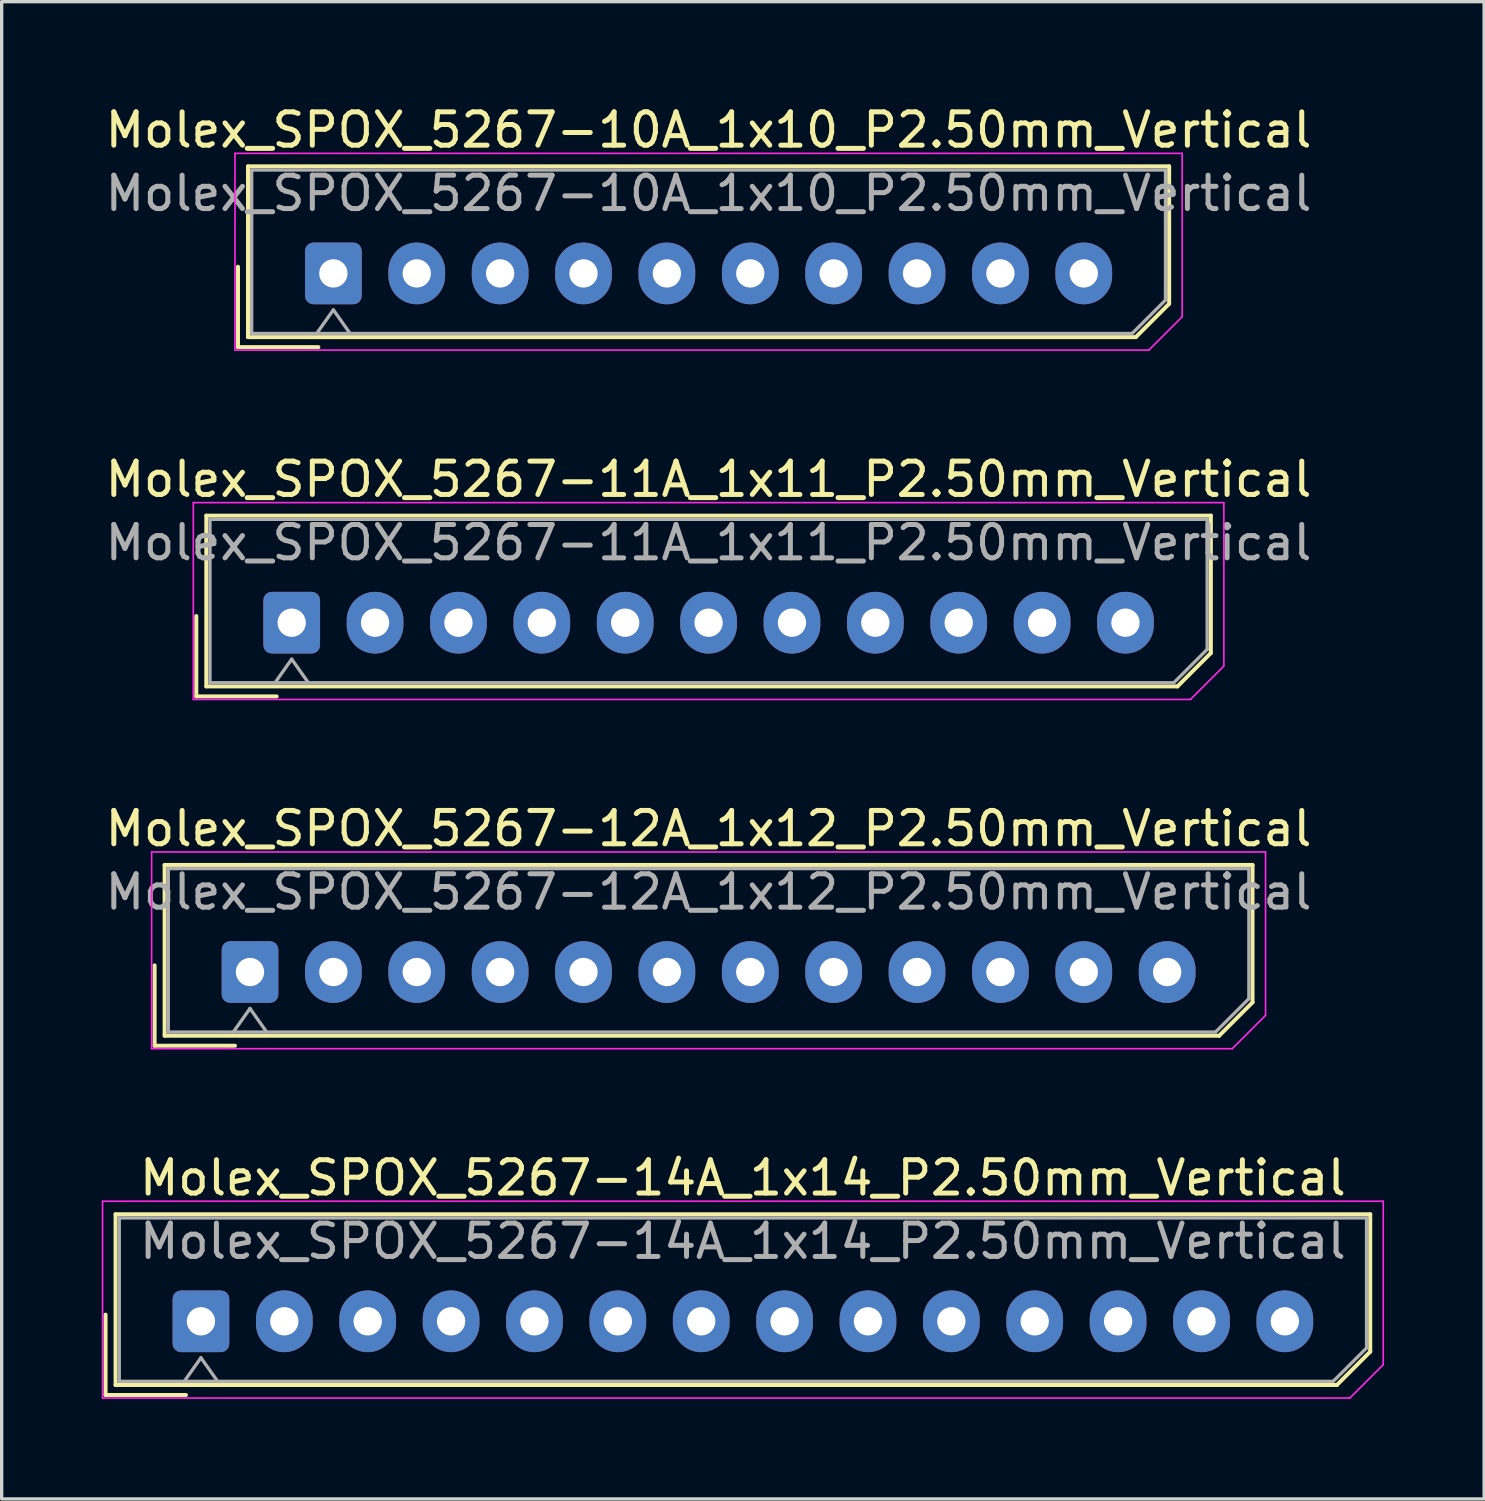
<source format=kicad_pcb>
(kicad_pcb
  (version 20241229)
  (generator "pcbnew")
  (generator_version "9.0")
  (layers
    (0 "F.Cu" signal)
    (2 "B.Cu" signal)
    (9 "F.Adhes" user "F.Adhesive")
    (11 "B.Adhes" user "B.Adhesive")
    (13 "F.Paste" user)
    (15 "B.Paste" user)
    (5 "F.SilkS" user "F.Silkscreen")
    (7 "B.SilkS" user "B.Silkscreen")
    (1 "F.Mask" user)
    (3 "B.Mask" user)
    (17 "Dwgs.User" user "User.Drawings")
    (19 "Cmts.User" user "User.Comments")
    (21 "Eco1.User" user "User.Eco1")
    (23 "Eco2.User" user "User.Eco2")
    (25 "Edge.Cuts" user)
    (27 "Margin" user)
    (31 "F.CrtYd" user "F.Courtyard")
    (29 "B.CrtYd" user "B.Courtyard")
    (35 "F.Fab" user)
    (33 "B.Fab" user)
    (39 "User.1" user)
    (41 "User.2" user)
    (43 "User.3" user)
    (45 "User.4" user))
  (footprint "Molex_SPOX_5267-11A_1x11_P2.50mm_Vertical"
    (layer "F.Cu")
    (at 5.696 15.621)
    (property "Reference" "Molex_SPOX_5267-11A_1x11_P2.50mm_Vertical" (at 12.5 -4.3 0) (layer "F.SilkS") (effects (font (size 1 1) (thickness 0.15))))
    (attr through_hole)
    (fp_line (start -2.86 -0.2) (end -2.86 2.21) (stroke (width 0.12) (type solid)) (layer "F.SilkS"))
    (fp_line (start -2.86 2.21) (end -0.45 2.21) (stroke (width 0.12) (type solid)) (layer "F.SilkS"))
    (fp_line (start -2.56 -3.21) (end -2.56 1.91) (stroke (width 0.12) (type solid)) (layer "F.SilkS"))
    (fp_line (start -2.56 1.91) (end 26.56 1.91) (stroke (width 0.12) (type solid)) (layer "F.SilkS"))
    (fp_line (start 26.56 1.91) (end 27.56 0.91) (stroke (width 0.12) (type solid)) (layer "F.SilkS"))
    (fp_line (start 27.56 -3.21) (end -2.56 -3.21) (stroke (width 0.12) (type solid)) (layer "F.SilkS"))
    (fp_line (start 27.56 0.91) (end 27.56 -3.21) (stroke (width 0.12) (type solid)) (layer "F.SilkS"))
    (fp_line (start -2.95 -3.6) (end -2.95 2.3) (stroke (width 0.05) (type solid)) (layer "F.CrtYd"))
    (fp_line (start -2.95 2.3) (end 26.95 2.3) (stroke (width 0.05) (type solid)) (layer "F.CrtYd"))
    (fp_line (start 26.95 2.3) (end 27.95 1.3) (stroke (width 0.05) (type solid)) (layer "F.CrtYd"))
    (fp_line (start 27.95 -3.6) (end -2.95 -3.6) (stroke (width 0.05) (type solid)) (layer "F.CrtYd"))
    (fp_line (start 27.95 1.3) (end 27.95 -3.6) (stroke (width 0.05) (type solid)) (layer "F.CrtYd"))
    (fp_line (start -2.45 -3.1) (end -2.45 1.8) (stroke (width 0.1) (type solid)) (layer "F.Fab"))
    (fp_line (start -2.45 1.8) (end 26.45 1.8) (stroke (width 0.1) (type solid)) (layer "F.Fab"))
    (fp_line (start -0.5 1.8) (end 0 1.093) (stroke (width 0.1) (type solid)) (layer "F.Fab"))
    (fp_line (start 0 1.093) (end 0.5 1.8) (stroke (width 0.1) (type solid)) (layer "F.Fab"))
    (fp_line (start 26.45 1.8) (end 27.45 0.8) (stroke (width 0.1) (type solid)) (layer "F.Fab"))
    (fp_line (start 27.45 -3.1) (end -2.45 -3.1) (stroke (width 0.1) (type solid)) (layer "F.Fab"))
    (fp_line (start 27.45 0.8) (end 27.45 -3.1) (stroke (width 0.1) (type solid)) (layer "F.Fab"))
    (fp_text user "${REFERENCE}" (at 12.5 -2.4 0) (layer "F.Fab") (effects (font (size 1 1) (thickness 0.15))))
    (pad "1" thru_hole roundrect (at 0 0) (size 1.7 1.85) (drill 0.85) (layers "*.Cu" "*.Mask") (roundrect_rratio 0.147))
    (pad "2" thru_hole oval (at 2.5 0) (size 1.7 1.85) (drill 0.85) (layers "*.Cu" "*.Mask"))
    (pad "3" thru_hole oval (at 5 0) (size 1.7 1.85) (drill 0.85) (layers "*.Cu" "*.Mask"))
    (pad "4" thru_hole oval (at 7.5 0) (size 1.7 1.85) (drill 0.85) (layers "*.Cu" "*.Mask"))
    (pad "5" thru_hole oval (at 10 0) (size 1.7 1.85) (drill 0.85) (layers "*.Cu" "*.Mask"))
    (pad "6" thru_hole oval (at 12.5 0) (size 1.7 1.85) (drill 0.85) (layers "*.Cu" "*.Mask"))
    (pad "7" thru_hole oval (at 15 0) (size 1.7 1.85) (drill 0.85) (layers "*.Cu" "*.Mask"))
    (pad "8" thru_hole oval (at 17.5 0) (size 1.7 1.85) (drill 0.85) (layers "*.Cu" "*.Mask"))
    (pad "9" thru_hole oval (at 20 0) (size 1.7 1.85) (drill 0.85) (layers "*.Cu" "*.Mask"))
    (pad "10" thru_hole oval (at 22.5 0) (size 1.7 1.85) (drill 0.85) (layers "*.Cu" "*.Mask"))
    (pad "11" thru_hole oval (at 25 0) (size 1.7 1.85) (drill 0.85) (layers "*.Cu" "*.Mask")))
  (footprint "Molex_SPOX_5267-14A_1x14_P2.50mm_Vertical"
    (layer "F.Cu")
    (at 2.975 36.568)
    (property "Reference" "Molex_SPOX_5267-14A_1x14_P2.50mm_Vertical" (at 16.25 -4.3 0) (layer "F.SilkS") (effects (font (size 1 1) (thickness 0.15))))
    (attr through_hole)
    (fp_line (start -2.86 -0.2) (end -2.86 2.21) (stroke (width 0.12) (type solid)) (layer "F.SilkS"))
    (fp_line (start -2.86 2.21) (end -0.45 2.21) (stroke (width 0.12) (type solid)) (layer "F.SilkS"))
    (fp_line (start -2.56 -3.21) (end -2.56 1.91) (stroke (width 0.12) (type solid)) (layer "F.SilkS"))
    (fp_line (start -2.56 1.91) (end 34.06 1.91) (stroke (width 0.12) (type solid)) (layer "F.SilkS"))
    (fp_line (start 34.06 1.91) (end 35.06 0.91) (stroke (width 0.12) (type solid)) (layer "F.SilkS"))
    (fp_line (start 35.06 -3.21) (end -2.56 -3.21) (stroke (width 0.12) (type solid)) (layer "F.SilkS"))
    (fp_line (start 35.06 0.91) (end 35.06 -3.21) (stroke (width 0.12) (type solid)) (layer "F.SilkS"))
    (fp_line (start -2.95 -3.6) (end -2.95 2.3) (stroke (width 0.05) (type solid)) (layer "F.CrtYd"))
    (fp_line (start -2.95 2.3) (end 34.45 2.3) (stroke (width 0.05) (type solid)) (layer "F.CrtYd"))
    (fp_line (start 34.45 2.3) (end 35.45 1.3) (stroke (width 0.05) (type solid)) (layer "F.CrtYd"))
    (fp_line (start 35.45 -3.6) (end -2.95 -3.6) (stroke (width 0.05) (type solid)) (layer "F.CrtYd"))
    (fp_line (start 35.45 1.3) (end 35.45 -3.6) (stroke (width 0.05) (type solid)) (layer "F.CrtYd"))
    (fp_line (start -2.45 -3.1) (end -2.45 1.8) (stroke (width 0.1) (type solid)) (layer "F.Fab"))
    (fp_line (start -2.45 1.8) (end 33.95 1.8) (stroke (width 0.1) (type solid)) (layer "F.Fab"))
    (fp_line (start -0.5 1.8) (end 0 1.093) (stroke (width 0.1) (type solid)) (layer "F.Fab"))
    (fp_line (start 0 1.093) (end 0.5 1.8) (stroke (width 0.1) (type solid)) (layer "F.Fab"))
    (fp_line (start 33.95 1.8) (end 34.95 0.8) (stroke (width 0.1) (type solid)) (layer "F.Fab"))
    (fp_line (start 34.95 -3.1) (end -2.45 -3.1) (stroke (width 0.1) (type solid)) (layer "F.Fab"))
    (fp_line (start 34.95 0.8) (end 34.95 -3.1) (stroke (width 0.1) (type solid)) (layer "F.Fab"))
    (fp_text user "${REFERENCE}" (at 16.25 -2.4 0) (layer "F.Fab") (effects (font (size 1 1) (thickness 0.15))))
    (pad "1" thru_hole roundrect (at 0 0) (size 1.7 1.85) (drill 0.85) (layers "*.Cu" "*.Mask") (roundrect_rratio 0.147))
    (pad "2" thru_hole oval (at 2.5 0) (size 1.7 1.85) (drill 0.85) (layers "*.Cu" "*.Mask"))
    (pad "3" thru_hole oval (at 5 0) (size 1.7 1.85) (drill 0.85) (layers "*.Cu" "*.Mask"))
    (pad "4" thru_hole oval (at 7.5 0) (size 1.7 1.85) (drill 0.85) (layers "*.Cu" "*.Mask"))
    (pad "5" thru_hole oval (at 10 0) (size 1.7 1.85) (drill 0.85) (layers "*.Cu" "*.Mask"))
    (pad "6" thru_hole oval (at 12.5 0) (size 1.7 1.85) (drill 0.85) (layers "*.Cu" "*.Mask"))
    (pad "7" thru_hole oval (at 15 0) (size 1.7 1.85) (drill 0.85) (layers "*.Cu" "*.Mask"))
    (pad "8" thru_hole oval (at 17.5 0) (size 1.7 1.85) (drill 0.85) (layers "*.Cu" "*.Mask"))
    (pad "9" thru_hole oval (at 20 0) (size 1.7 1.85) (drill 0.85) (layers "*.Cu" "*.Mask"))
    (pad "10" thru_hole oval (at 22.5 0) (size 1.7 1.85) (drill 0.85) (layers "*.Cu" "*.Mask"))
    (pad "11" thru_hole oval (at 25 0) (size 1.7 1.85) (drill 0.85) (layers "*.Cu" "*.Mask"))
    (pad "12" thru_hole oval (at 27.5 0) (size 1.7 1.85) (drill 0.85) (layers "*.Cu" "*.Mask"))
    (pad "13" thru_hole oval (at 30 0) (size 1.7 1.85) (drill 0.85) (layers "*.Cu" "*.Mask"))
    (pad "14" thru_hole oval (at 32.5 0) (size 1.7 1.85) (drill 0.85) (layers "*.Cu" "*.Mask")))
  (footprint "Molex_SPOX_5267-10A_1x10_P2.50mm_Vertical"
    (layer "F.Cu")
    (at 6.946 5.148)
    (property "Reference" "Molex_SPOX_5267-10A_1x10_P2.50mm_Vertical" (at 11.25 -4.3 0) (layer "F.SilkS") (effects (font (size 1 1) (thickness 0.15))))
    (attr through_hole)
    (fp_line (start -2.86 -0.2) (end -2.86 2.21) (stroke (width 0.12) (type solid)) (layer "F.SilkS"))
    (fp_line (start -2.86 2.21) (end -0.45 2.21) (stroke (width 0.12) (type solid)) (layer "F.SilkS"))
    (fp_line (start -2.56 -3.21) (end -2.56 1.91) (stroke (width 0.12) (type solid)) (layer "F.SilkS"))
    (fp_line (start -2.56 1.91) (end 24.06 1.91) (stroke (width 0.12) (type solid)) (layer "F.SilkS"))
    (fp_line (start 24.06 1.91) (end 25.06 0.91) (stroke (width 0.12) (type solid)) (layer "F.SilkS"))
    (fp_line (start 25.06 -3.21) (end -2.56 -3.21) (stroke (width 0.12) (type solid)) (layer "F.SilkS"))
    (fp_line (start 25.06 0.91) (end 25.06 -3.21) (stroke (width 0.12) (type solid)) (layer "F.SilkS"))
    (fp_line (start -2.95 -3.6) (end -2.95 2.3) (stroke (width 0.05) (type solid)) (layer "F.CrtYd"))
    (fp_line (start -2.95 2.3) (end 24.45 2.3) (stroke (width 0.05) (type solid)) (layer "F.CrtYd"))
    (fp_line (start 24.45 2.3) (end 25.45 1.3) (stroke (width 0.05) (type solid)) (layer "F.CrtYd"))
    (fp_line (start 25.45 -3.6) (end -2.95 -3.6) (stroke (width 0.05) (type solid)) (layer "F.CrtYd"))
    (fp_line (start 25.45 1.3) (end 25.45 -3.6) (stroke (width 0.05) (type solid)) (layer "F.CrtYd"))
    (fp_line (start -2.45 -3.1) (end -2.45 1.8) (stroke (width 0.1) (type solid)) (layer "F.Fab"))
    (fp_line (start -2.45 1.8) (end 23.95 1.8) (stroke (width 0.1) (type solid)) (layer "F.Fab"))
    (fp_line (start -0.5 1.8) (end 0 1.093) (stroke (width 0.1) (type solid)) (layer "F.Fab"))
    (fp_line (start 0 1.093) (end 0.5 1.8) (stroke (width 0.1) (type solid)) (layer "F.Fab"))
    (fp_line (start 23.95 1.8) (end 24.95 0.8) (stroke (width 0.1) (type solid)) (layer "F.Fab"))
    (fp_line (start 24.95 -3.1) (end -2.45 -3.1) (stroke (width 0.1) (type solid)) (layer "F.Fab"))
    (fp_line (start 24.95 0.8) (end 24.95 -3.1) (stroke (width 0.1) (type solid)) (layer "F.Fab"))
    (fp_text user "${REFERENCE}" (at 11.25 -2.4 0) (layer "F.Fab") (effects (font (size 1 1) (thickness 0.15))))
    (pad "1" thru_hole roundrect (at 0 0) (size 1.7 1.85) (drill 0.85) (layers "*.Cu" "*.Mask") (roundrect_rratio 0.147))
    (pad "2" thru_hole oval (at 2.5 0) (size 1.7 1.85) (drill 0.85) (layers "*.Cu" "*.Mask"))
    (pad "3" thru_hole oval (at 5 0) (size 1.7 1.85) (drill 0.85) (layers "*.Cu" "*.Mask"))
    (pad "4" thru_hole oval (at 7.5 0) (size 1.7 1.85) (drill 0.85) (layers "*.Cu" "*.Mask"))
    (pad "5" thru_hole oval (at 10 0) (size 1.7 1.85) (drill 0.85) (layers "*.Cu" "*.Mask"))
    (pad "6" thru_hole oval (at 12.5 0) (size 1.7 1.85) (drill 0.85) (layers "*.Cu" "*.Mask"))
    (pad "7" thru_hole oval (at 15 0) (size 1.7 1.85) (drill 0.85) (layers "*.Cu" "*.Mask"))
    (pad "8" thru_hole oval (at 17.5 0) (size 1.7 1.85) (drill 0.85) (layers "*.Cu" "*.Mask"))
    (pad "9" thru_hole oval (at 20 0) (size 1.7 1.85) (drill 0.85) (layers "*.Cu" "*.Mask"))
    (pad "10" thru_hole oval (at 22.5 0) (size 1.7 1.85) (drill 0.85) (layers "*.Cu" "*.Mask")))
  (footprint "Molex_SPOX_5267-12A_1x12_P2.50mm_Vertical"
    (layer "F.Cu")
    (at 4.446 26.095)
    (property "Reference" "Molex_SPOX_5267-12A_1x12_P2.50mm_Vertical" (at 13.75 -4.3 0) (layer "F.SilkS") (effects (font (size 1 1) (thickness 0.15))))
    (attr through_hole)
    (fp_line (start -2.86 -0.2) (end -2.86 2.21) (stroke (width 0.12) (type solid)) (layer "F.SilkS"))
    (fp_line (start -2.86 2.21) (end -0.45 2.21) (stroke (width 0.12) (type solid)) (layer "F.SilkS"))
    (fp_line (start -2.56 -3.21) (end -2.56 1.91) (stroke (width 0.12) (type solid)) (layer "F.SilkS"))
    (fp_line (start -2.56 1.91) (end 29.06 1.91) (stroke (width 0.12) (type solid)) (layer "F.SilkS"))
    (fp_line (start 29.06 1.91) (end 30.06 0.91) (stroke (width 0.12) (type solid)) (layer "F.SilkS"))
    (fp_line (start 30.06 -3.21) (end -2.56 -3.21) (stroke (width 0.12) (type solid)) (layer "F.SilkS"))
    (fp_line (start 30.06 0.91) (end 30.06 -3.21) (stroke (width 0.12) (type solid)) (layer "F.SilkS"))
    (fp_line (start -2.95 -3.6) (end -2.95 2.3) (stroke (width 0.05) (type solid)) (layer "F.CrtYd"))
    (fp_line (start -2.95 2.3) (end 29.45 2.3) (stroke (width 0.05) (type solid)) (layer "F.CrtYd"))
    (fp_line (start 29.45 2.3) (end 30.45 1.3) (stroke (width 0.05) (type solid)) (layer "F.CrtYd"))
    (fp_line (start 30.45 -3.6) (end -2.95 -3.6) (stroke (width 0.05) (type solid)) (layer "F.CrtYd"))
    (fp_line (start 30.45 1.3) (end 30.45 -3.6) (stroke (width 0.05) (type solid)) (layer "F.CrtYd"))
    (fp_line (start -2.45 -3.1) (end -2.45 1.8) (stroke (width 0.1) (type solid)) (layer "F.Fab"))
    (fp_line (start -2.45 1.8) (end 28.95 1.8) (stroke (width 0.1) (type solid)) (layer "F.Fab"))
    (fp_line (start -0.5 1.8) (end 0 1.093) (stroke (width 0.1) (type solid)) (layer "F.Fab"))
    (fp_line (start 0 1.093) (end 0.5 1.8) (stroke (width 0.1) (type solid)) (layer "F.Fab"))
    (fp_line (start 28.95 1.8) (end 29.95 0.8) (stroke (width 0.1) (type solid)) (layer "F.Fab"))
    (fp_line (start 29.95 -3.1) (end -2.45 -3.1) (stroke (width 0.1) (type solid)) (layer "F.Fab"))
    (fp_line (start 29.95 0.8) (end 29.95 -3.1) (stroke (width 0.1) (type solid)) (layer "F.Fab"))
    (fp_text user "${REFERENCE}" (at 13.75 -2.4 0) (layer "F.Fab") (effects (font (size 1 1) (thickness 0.15))))
    (pad "1" thru_hole roundrect (at 0 0) (size 1.7 1.85) (drill 0.85) (layers "*.Cu" "*.Mask") (roundrect_rratio 0.147))
    (pad "2" thru_hole oval (at 2.5 0) (size 1.7 1.85) (drill 0.85) (layers "*.Cu" "*.Mask"))
    (pad "3" thru_hole oval (at 5 0) (size 1.7 1.85) (drill 0.85) (layers "*.Cu" "*.Mask"))
    (pad "4" thru_hole oval (at 7.5 0) (size 1.7 1.85) (drill 0.85) (layers "*.Cu" "*.Mask"))
    (pad "5" thru_hole oval (at 10 0) (size 1.7 1.85) (drill 0.85) (layers "*.Cu" "*.Mask"))
    (pad "6" thru_hole oval (at 12.5 0) (size 1.7 1.85) (drill 0.85) (layers "*.Cu" "*.Mask"))
    (pad "7" thru_hole oval (at 15 0) (size 1.7 1.85) (drill 0.85) (layers "*.Cu" "*.Mask"))
    (pad "8" thru_hole oval (at 17.5 0) (size 1.7 1.85) (drill 0.85) (layers "*.Cu" "*.Mask"))
    (pad "9" thru_hole oval (at 20 0) (size 1.7 1.85) (drill 0.85) (layers "*.Cu" "*.Mask"))
    (pad "10" thru_hole oval (at 22.5 0) (size 1.7 1.85) (drill 0.85) (layers "*.Cu" "*.Mask"))
    (pad "11" thru_hole oval (at 25 0) (size 1.7 1.85) (drill 0.85) (layers "*.Cu" "*.Mask"))
    (pad "12" thru_hole oval (at 27.5 0) (size 1.7 1.85) (drill 0.85) (layers "*.Cu" "*.Mask")))
  (gr_rect
    (start -3 -3)
    (end 41.45 41.893)
    (stroke (width 0.1) (type default))
    (fill no)
    (layer "Edge.Cuts")))
</source>
